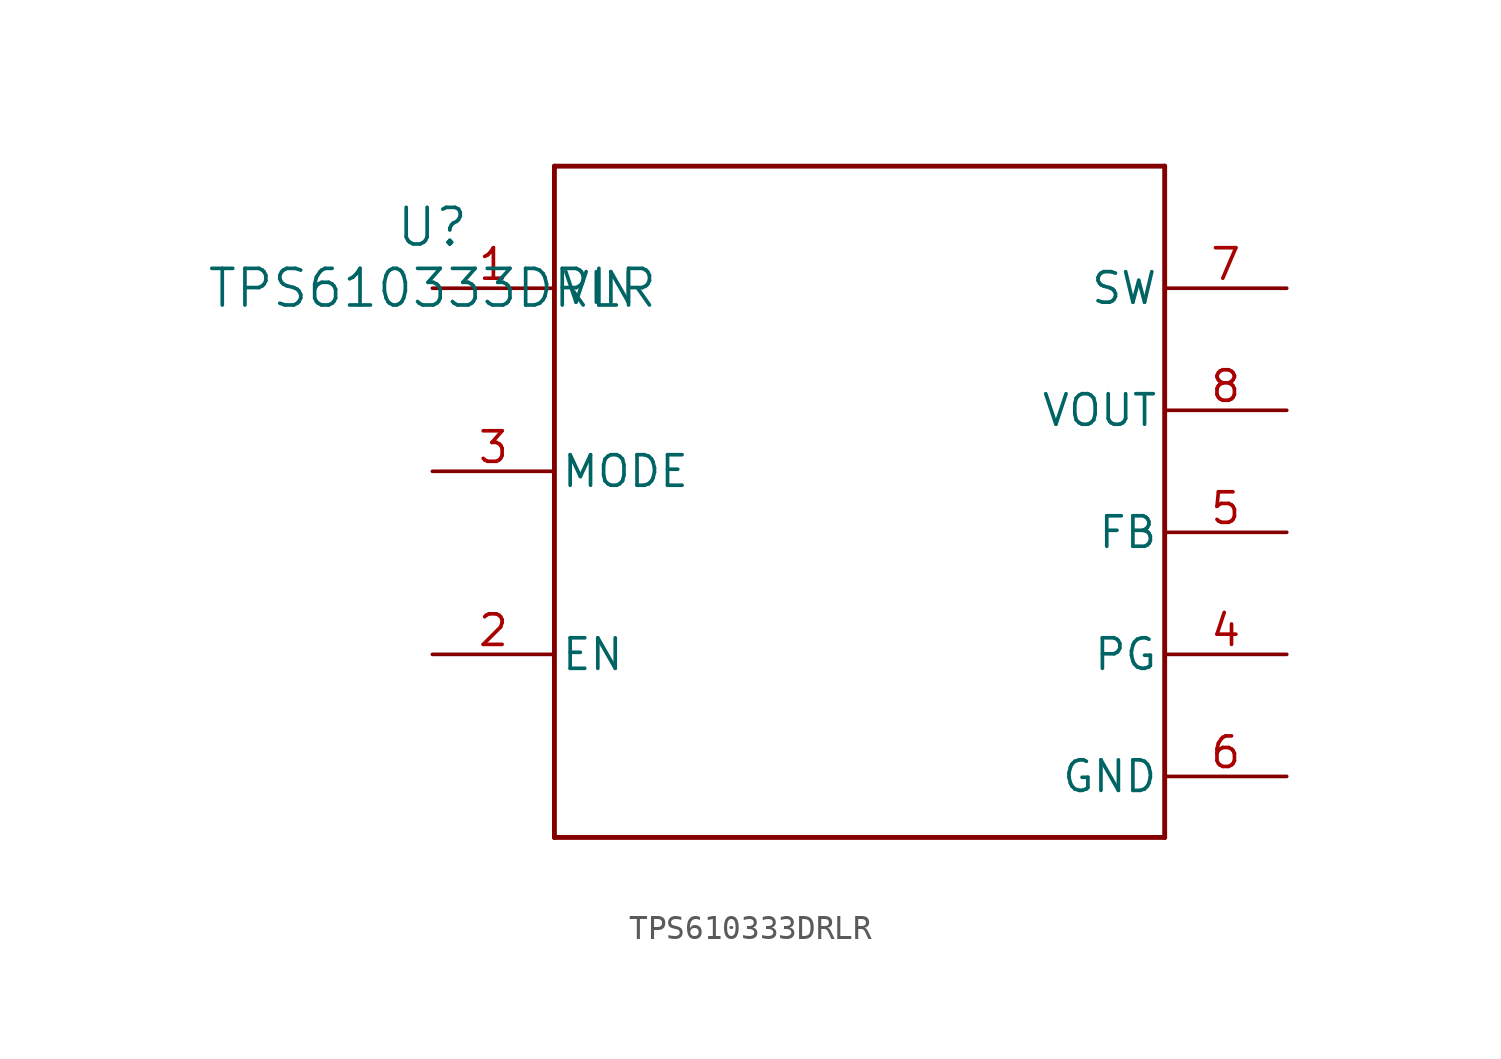
<source format=kicad_sym>
(kicad_symbol_lib
  (version 20211014)
  (generator kicad_symbol_editor)
  (symbol "TPS610333DRLR"
    (pin_names
      (offset 0.254))
    (property "Reference" "U"
      (at 0 2.54 0)
      (effects (font (size 1.524 1.524))))
    (property "Value" "TPS610333DRLR"
      (at 0 0 0)
      (effects (font (size 1.524 1.524))))
    (symbol "TPS610333DRLR_0_1"
      (polyline (pts (xy 5.08 -22.86) (xy 30.48 -22.86)) (stroke (width 0.203) (type default) (color 0 0 0 0)) (fill (type none)))
      (polyline (pts (xy 30.48 -22.86) (xy 30.48 5.08)) (stroke (width 0.203) (type default) (color 0 0 0 0)) (fill (type none)))
      (polyline (pts (xy 30.48 5.08) (xy 5.08 5.08)) (stroke (width 0.203) (type default) (color 0 0 0 0)) (fill (type none)))
      (polyline (pts (xy 5.08 5.08) (xy 5.08 -22.86)) (stroke (width 0.203) (type default) (color 0 0 0 0)) (fill (type none)))
      (pin power_in line (at 0 0 0) (length 5.08) (name "VIN" (effects (font (size 1.27 1.27)))) (number "1" (effects (font (size 1.27 1.27)))))
      (pin input line (at 0 -15.24 0) (length 5.08) (name "EN" (effects (font (size 1.27 1.27)))) (number "2" (effects (font (size 1.27 1.27)))))
      (pin input line (at 0 -7.62 0) (length 5.08) (name "MODE" (effects (font (size 1.27 1.27)))) (number "3" (effects (font (size 1.27 1.27)))))
      (pin open_collector line (at 35.56 -15.24 180) (length 5.08) (name "PG" (effects (font (size 1.27 1.27)))) (number "4" (effects (font (size 1.27 1.27)))))
      (pin unspecified line (at 35.56 -10.16 180) (length 5.08) (name "FB" (effects (font (size 1.27 1.27)))) (number "5" (effects (font (size 1.27 1.27)))))
      (pin power_in line (at 35.56 -20.32 180) (length 5.08) (name "GND" (effects (font (size 1.27 1.27)))) (number "6" (effects (font (size 1.27 1.27)))))
      (pin power_in line (at 35.56 0 180) (length 5.08) (name "SW" (effects (font (size 1.27 1.27)))) (number "7" (effects (font (size 1.27 1.27)))))
      (pin power_in line (at 35.56 -5.08 180) (length 5.08) (name "VOUT" (effects (font (size 1.27 1.27)))) (number "8" (effects (font (size 1.27 1.27))))))))
</source>
